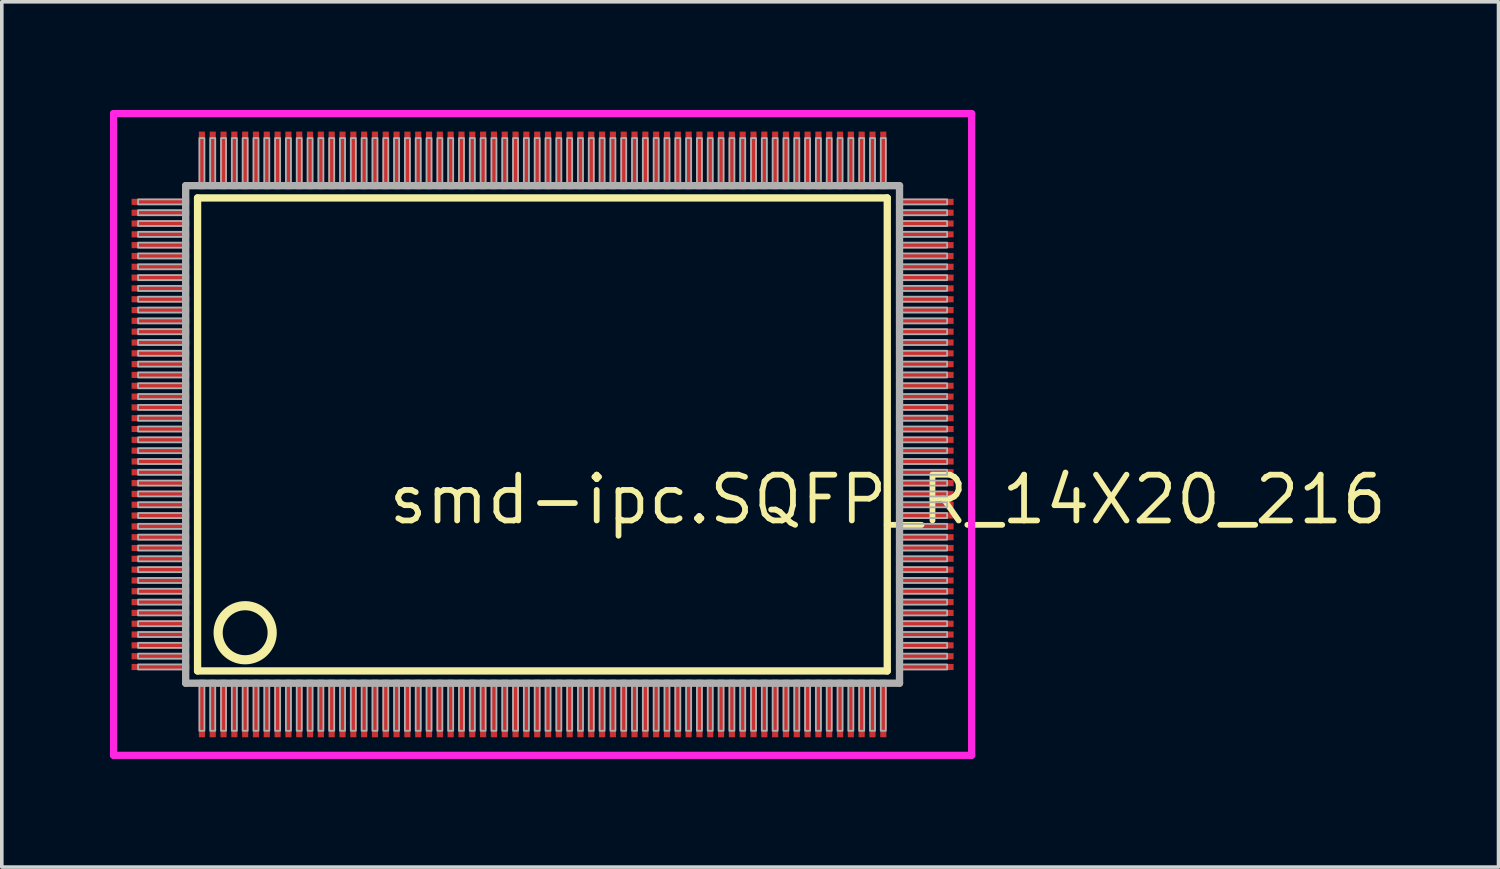
<source format=kicad_pcb>
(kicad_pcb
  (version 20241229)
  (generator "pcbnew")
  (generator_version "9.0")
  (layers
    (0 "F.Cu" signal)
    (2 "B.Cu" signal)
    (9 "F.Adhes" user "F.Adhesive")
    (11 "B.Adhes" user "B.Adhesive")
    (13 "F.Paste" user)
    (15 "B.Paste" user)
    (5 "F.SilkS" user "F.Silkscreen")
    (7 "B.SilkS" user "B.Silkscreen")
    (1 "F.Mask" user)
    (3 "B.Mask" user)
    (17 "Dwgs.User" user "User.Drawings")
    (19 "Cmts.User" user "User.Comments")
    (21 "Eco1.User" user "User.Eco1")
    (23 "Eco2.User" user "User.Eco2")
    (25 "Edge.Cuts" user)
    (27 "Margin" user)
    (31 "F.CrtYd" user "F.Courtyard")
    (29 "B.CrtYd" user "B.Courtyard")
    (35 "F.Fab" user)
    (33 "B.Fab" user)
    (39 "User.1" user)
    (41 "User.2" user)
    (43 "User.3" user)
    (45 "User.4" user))
  (footprint "smd-ipc.SQFP_R_14X20_216"
    (layer "F.Cu")
    (at 12 9)
    (property "Reference" "smd-ipc.SQFP_R_14X20_216" (at -4.35 2.55 0) (layer "F.SilkS") (effects (font (size 1.27 1.27) (thickness 0.16)) (justify left bottom)))
    (attr smd)
    (fp_line (start -9.57 -6.56) (end 9.56 -6.56) (stroke (width 0.203) (type default)) (layer "F.SilkS"))
    (fp_line (start -9.57 6.56) (end -9.57 -6.56) (stroke (width 0.203) (type default)) (layer "F.SilkS"))
    (fp_line (start 9.56 -6.56) (end 9.56 6.56) (stroke (width 0.203) (type default)) (layer "F.SilkS"))
    (fp_line (start 9.56 6.56) (end -9.57 6.56) (stroke (width 0.203) (type default)) (layer "F.SilkS"))
    (fp_circle (center -8.25 5.5) (end -7.5 5.5) (stroke (width 0.254) (type default)) (fill no) (layer "F.SilkS"))
    (fp_line (start -11.9 -8.9) (end 11.9 -8.9) (stroke (width 0.2) (type default)) (layer "F.CrtYd"))
    (fp_line (start -11.9 8.9) (end -11.9 -8.9) (stroke (width 0.2) (type default)) (layer "F.CrtYd"))
    (fp_line (start 11.9 -8.9) (end 11.9 8.9) (stroke (width 0.2) (type default)) (layer "F.CrtYd"))
    (fp_line (start 11.9 8.9) (end -11.9 8.9) (stroke (width 0.2) (type default)) (layer "F.CrtYd"))
    (fp_line (start -9.9 -6.9) (end -9.9 6.9) (stroke (width 0.203) (type default)) (layer "F.Fab"))
    (fp_line (start -9.9 6.9) (end 9.9 6.9) (stroke (width 0.203) (type default)) (layer "F.Fab"))
    (fp_line (start 9.9 -6.9) (end -9.9 -6.9) (stroke (width 0.203) (type default)) (layer "F.Fab"))
    (fp_line (start 9.9 6.9) (end 9.9 -6.9) (stroke (width 0.203) (type default)) (layer "F.Fab"))
    (fp_rect (start -11.22 -6.38) (end -9.95 -6.52) (stroke (width 0.05) (type default)) (fill no) (layer "F.Fab"))
    (fp_rect (start -11.22 -6.08) (end -9.95 -6.22) (stroke (width 0.05) (type default)) (fill no) (layer "F.Fab"))
    (fp_rect (start -11.22 -5.78) (end -9.95 -5.92) (stroke (width 0.05) (type default)) (fill no) (layer "F.Fab"))
    (fp_rect (start -11.22 -5.48) (end -9.95 -5.62) (stroke (width 0.05) (type default)) (fill no) (layer "F.Fab"))
    (fp_rect (start -11.22 -5.18) (end -9.95 -5.32) (stroke (width 0.05) (type default)) (fill no) (layer "F.Fab"))
    (fp_rect (start -11.22 -4.88) (end -9.95 -5.02) (stroke (width 0.05) (type default)) (fill no) (layer "F.Fab"))
    (fp_rect (start -11.22 -4.58) (end -9.95 -4.72) (stroke (width 0.05) (type default)) (fill no) (layer "F.Fab"))
    (fp_rect (start -11.22 -4.28) (end -9.95 -4.42) (stroke (width 0.05) (type default)) (fill no) (layer "F.Fab"))
    (fp_rect (start -11.22 -3.98) (end -9.95 -4.12) (stroke (width 0.05) (type default)) (fill no) (layer "F.Fab"))
    (fp_rect (start -11.22 -3.68) (end -9.95 -3.82) (stroke (width 0.05) (type default)) (fill no) (layer "F.Fab"))
    (fp_rect (start -11.22 -3.38) (end -9.95 -3.52) (stroke (width 0.05) (type default)) (fill no) (layer "F.Fab"))
    (fp_rect (start -11.22 -3.08) (end -9.95 -3.22) (stroke (width 0.05) (type default)) (fill no) (layer "F.Fab"))
    (fp_rect (start -11.22 -2.78) (end -9.95 -2.92) (stroke (width 0.05) (type default)) (fill no) (layer "F.Fab"))
    (fp_rect (start -11.22 -2.48) (end -9.95 -2.62) (stroke (width 0.05) (type default)) (fill no) (layer "F.Fab"))
    (fp_rect (start -11.22 -2.18) (end -9.95 -2.32) (stroke (width 0.05) (type default)) (fill no) (layer "F.Fab"))
    (fp_rect (start -11.22 -1.88) (end -9.95 -2.02) (stroke (width 0.05) (type default)) (fill no) (layer "F.Fab"))
    (fp_rect (start -11.22 -1.58) (end -9.95 -1.72) (stroke (width 0.05) (type default)) (fill no) (layer "F.Fab"))
    (fp_rect (start -11.22 -1.28) (end -9.95 -1.42) (stroke (width 0.05) (type default)) (fill no) (layer "F.Fab"))
    (fp_rect (start -11.22 -0.98) (end -9.95 -1.12) (stroke (width 0.05) (type default)) (fill no) (layer "F.Fab"))
    (fp_rect (start -11.22 -0.68) (end -9.95 -0.82) (stroke (width 0.05) (type default)) (fill no) (layer "F.Fab"))
    (fp_rect (start -11.22 -0.38) (end -9.95 -0.52) (stroke (width 0.05) (type default)) (fill no) (layer "F.Fab"))
    (fp_rect (start -11.22 -0.08) (end -9.95 -0.22) (stroke (width 0.05) (type default)) (fill no) (layer "F.Fab"))
    (fp_rect (start -11.22 0.22) (end -9.95 0.08) (stroke (width 0.05) (type default)) (fill no) (layer "F.Fab"))
    (fp_rect (start -11.22 0.52) (end -9.95 0.38) (stroke (width 0.05) (type default)) (fill no) (layer "F.Fab"))
    (fp_rect (start -11.22 0.82) (end -9.95 0.68) (stroke (width 0.05) (type default)) (fill no) (layer "F.Fab"))
    (fp_rect (start -11.22 1.12) (end -9.95 0.98) (stroke (width 0.05) (type default)) (fill no) (layer "F.Fab"))
    (fp_rect (start -11.22 1.42) (end -9.95 1.28) (stroke (width 0.05) (type default)) (fill no) (layer "F.Fab"))
    (fp_rect (start -11.22 1.72) (end -9.95 1.58) (stroke (width 0.05) (type default)) (fill no) (layer "F.Fab"))
    (fp_rect (start -11.22 2.02) (end -9.95 1.88) (stroke (width 0.05) (type default)) (fill no) (layer "F.Fab"))
    (fp_rect (start -11.22 2.32) (end -9.95 2.18) (stroke (width 0.05) (type default)) (fill no) (layer "F.Fab"))
    (fp_rect (start -11.22 2.62) (end -9.95 2.48) (stroke (width 0.05) (type default)) (fill no) (layer "F.Fab"))
    (fp_rect (start -11.22 2.92) (end -9.95 2.78) (stroke (width 0.05) (type default)) (fill no) (layer "F.Fab"))
    (fp_rect (start -11.22 3.22) (end -9.95 3.08) (stroke (width 0.05) (type default)) (fill no) (layer "F.Fab"))
    (fp_rect (start -11.22 3.52) (end -9.95 3.38) (stroke (width 0.05) (type default)) (fill no) (layer "F.Fab"))
    (fp_rect (start -11.22 3.82) (end -9.95 3.68) (stroke (width 0.05) (type default)) (fill no) (layer "F.Fab"))
    (fp_rect (start -11.22 4.12) (end -9.95 3.98) (stroke (width 0.05) (type default)) (fill no) (layer "F.Fab"))
    (fp_rect (start -11.22 4.42) (end -9.95 4.28) (stroke (width 0.05) (type default)) (fill no) (layer "F.Fab"))
    (fp_rect (start -11.22 4.72) (end -9.95 4.58) (stroke (width 0.05) (type default)) (fill no) (layer "F.Fab"))
    (fp_rect (start -11.22 5.02) (end -9.95 4.88) (stroke (width 0.05) (type default)) (fill no) (layer "F.Fab"))
    (fp_rect (start -11.22 5.32) (end -9.95 5.18) (stroke (width 0.05) (type default)) (fill no) (layer "F.Fab"))
    (fp_rect (start -11.22 5.62) (end -9.95 5.48) (stroke (width 0.05) (type default)) (fill no) (layer "F.Fab"))
    (fp_rect (start -11.22 5.92) (end -9.95 5.78) (stroke (width 0.05) (type default)) (fill no) (layer "F.Fab"))
    (fp_rect (start -11.22 6.22) (end -9.95 6.08) (stroke (width 0.05) (type default)) (fill no) (layer "F.Fab"))
    (fp_rect (start -11.22 6.52) (end -9.95 6.38) (stroke (width 0.05) (type default)) (fill no) (layer "F.Fab"))
    (fp_rect (start -9.52 -6.95) (end -9.38 -8.22) (stroke (width 0.05) (type default)) (fill no) (layer "F.Fab"))
    (fp_rect (start -9.52 8.22) (end -9.38 6.95) (stroke (width 0.05) (type default)) (fill no) (layer "F.Fab"))
    (fp_rect (start -9.22 -6.95) (end -9.08 -8.22) (stroke (width 0.05) (type default)) (fill no) (layer "F.Fab"))
    (fp_rect (start -9.22 8.22) (end -9.08 6.95) (stroke (width 0.05) (type default)) (fill no) (layer "F.Fab"))
    (fp_rect (start -8.92 -6.95) (end -8.78 -8.22) (stroke (width 0.05) (type default)) (fill no) (layer "F.Fab"))
    (fp_rect (start -8.92 8.22) (end -8.78 6.95) (stroke (width 0.05) (type default)) (fill no) (layer "F.Fab"))
    (fp_rect (start -8.62 -6.95) (end -8.48 -8.22) (stroke (width 0.05) (type default)) (fill no) (layer "F.Fab"))
    (fp_rect (start -8.62 8.22) (end -8.48 6.95) (stroke (width 0.05) (type default)) (fill no) (layer "F.Fab"))
    (fp_rect (start -8.32 -6.95) (end -8.18 -8.22) (stroke (width 0.05) (type default)) (fill no) (layer "F.Fab"))
    (fp_rect (start -8.32 8.22) (end -8.18 6.95) (stroke (width 0.05) (type default)) (fill no) (layer "F.Fab"))
    (fp_rect (start -8.02 -6.95) (end -7.88 -8.22) (stroke (width 0.05) (type default)) (fill no) (layer "F.Fab"))
    (fp_rect (start -8.02 8.22) (end -7.88 6.95) (stroke (width 0.05) (type default)) (fill no) (layer "F.Fab"))
    (fp_rect (start -7.72 -6.95) (end -7.58 -8.22) (stroke (width 0.05) (type default)) (fill no) (layer "F.Fab"))
    (fp_rect (start -7.72 8.22) (end -7.58 6.95) (stroke (width 0.05) (type default)) (fill no) (layer "F.Fab"))
    (fp_rect (start -7.42 -6.95) (end -7.28 -8.22) (stroke (width 0.05) (type default)) (fill no) (layer "F.Fab"))
    (fp_rect (start -7.42 8.22) (end -7.28 6.95) (stroke (width 0.05) (type default)) (fill no) (layer "F.Fab"))
    (fp_rect (start -7.12 -6.95) (end -6.98 -8.22) (stroke (width 0.05) (type default)) (fill no) (layer "F.Fab"))
    (fp_rect (start -7.12 8.22) (end -6.98 6.95) (stroke (width 0.05) (type default)) (fill no) (layer "F.Fab"))
    (fp_rect (start -6.82 -6.95) (end -6.68 -8.22) (stroke (width 0.05) (type default)) (fill no) (layer "F.Fab"))
    (fp_rect (start -6.82 8.22) (end -6.68 6.95) (stroke (width 0.05) (type default)) (fill no) (layer "F.Fab"))
    (fp_rect (start -6.52 -6.95) (end -6.38 -8.22) (stroke (width 0.05) (type default)) (fill no) (layer "F.Fab"))
    (fp_rect (start -6.52 8.22) (end -6.38 6.95) (stroke (width 0.05) (type default)) (fill no) (layer "F.Fab"))
    (fp_rect (start -6.22 -6.95) (end -6.08 -8.22) (stroke (width 0.05) (type default)) (fill no) (layer "F.Fab"))
    (fp_rect (start -6.22 8.22) (end -6.08 6.95) (stroke (width 0.05) (type default)) (fill no) (layer "F.Fab"))
    (fp_rect (start -5.92 -6.95) (end -5.78 -8.22) (stroke (width 0.05) (type default)) (fill no) (layer "F.Fab"))
    (fp_rect (start -5.92 8.22) (end -5.78 6.95) (stroke (width 0.05) (type default)) (fill no) (layer "F.Fab"))
    (fp_rect (start -5.62 -6.95) (end -5.48 -8.22) (stroke (width 0.05) (type default)) (fill no) (layer "F.Fab"))
    (fp_rect (start -5.62 8.22) (end -5.48 6.95) (stroke (width 0.05) (type default)) (fill no) (layer "F.Fab"))
    (fp_rect (start -5.32 -6.95) (end -5.18 -8.22) (stroke (width 0.05) (type default)) (fill no) (layer "F.Fab"))
    (fp_rect (start -5.32 8.22) (end -5.18 6.95) (stroke (width 0.05) (type default)) (fill no) (layer "F.Fab"))
    (fp_rect (start -5.02 -6.95) (end -4.88 -8.22) (stroke (width 0.05) (type default)) (fill no) (layer "F.Fab"))
    (fp_rect (start -5.02 8.22) (end -4.88 6.95) (stroke (width 0.05) (type default)) (fill no) (layer "F.Fab"))
    (fp_rect (start -4.72 -6.95) (end -4.58 -8.22) (stroke (width 0.05) (type default)) (fill no) (layer "F.Fab"))
    (fp_rect (start -4.72 8.22) (end -4.58 6.95) (stroke (width 0.05) (type default)) (fill no) (layer "F.Fab"))
    (fp_rect (start -4.42 -6.95) (end -4.28 -8.22) (stroke (width 0.05) (type default)) (fill no) (layer "F.Fab"))
    (fp_rect (start -4.42 8.22) (end -4.28 6.95) (stroke (width 0.05) (type default)) (fill no) (layer "F.Fab"))
    (fp_rect (start -4.12 -6.95) (end -3.98 -8.22) (stroke (width 0.05) (type default)) (fill no) (layer "F.Fab"))
    (fp_rect (start -4.12 8.22) (end -3.98 6.95) (stroke (width 0.05) (type default)) (fill no) (layer "F.Fab"))
    (fp_rect (start -3.82 -6.95) (end -3.68 -8.22) (stroke (width 0.05) (type default)) (fill no) (layer "F.Fab"))
    (fp_rect (start -3.82 8.22) (end -3.68 6.95) (stroke (width 0.05) (type default)) (fill no) (layer "F.Fab"))
    (fp_rect (start -3.52 -6.95) (end -3.38 -8.22) (stroke (width 0.05) (type default)) (fill no) (layer "F.Fab"))
    (fp_rect (start -3.52 8.22) (end -3.38 6.95) (stroke (width 0.05) (type default)) (fill no) (layer "F.Fab"))
    (fp_rect (start -3.22 -6.95) (end -3.08 -8.22) (stroke (width 0.05) (type default)) (fill no) (layer "F.Fab"))
    (fp_rect (start -3.22 8.22) (end -3.08 6.95) (stroke (width 0.05) (type default)) (fill no) (layer "F.Fab"))
    (fp_rect (start -2.92 -6.95) (end -2.78 -8.22) (stroke (width 0.05) (type default)) (fill no) (layer "F.Fab"))
    (fp_rect (start -2.92 8.22) (end -2.78 6.95) (stroke (width 0.05) (type default)) (fill no) (layer "F.Fab"))
    (fp_rect (start -2.62 -6.95) (end -2.48 -8.22) (stroke (width 0.05) (type default)) (fill no) (layer "F.Fab"))
    (fp_rect (start -2.62 8.22) (end -2.48 6.95) (stroke (width 0.05) (type default)) (fill no) (layer "F.Fab"))
    (fp_rect (start -2.32 -6.95) (end -2.18 -8.22) (stroke (width 0.05) (type default)) (fill no) (layer "F.Fab"))
    (fp_rect (start -2.32 8.22) (end -2.18 6.95) (stroke (width 0.05) (type default)) (fill no) (layer "F.Fab"))
    (fp_rect (start -2.02 -6.95) (end -1.88 -8.22) (stroke (width 0.05) (type default)) (fill no) (layer "F.Fab"))
    (fp_rect (start -2.02 8.22) (end -1.88 6.95) (stroke (width 0.05) (type default)) (fill no) (layer "F.Fab"))
    (fp_rect (start -1.72 -6.95) (end -1.58 -8.22) (stroke (width 0.05) (type default)) (fill no) (layer "F.Fab"))
    (fp_rect (start -1.72 8.22) (end -1.58 6.95) (stroke (width 0.05) (type default)) (fill no) (layer "F.Fab"))
    (fp_rect (start -1.42 -6.95) (end -1.28 -8.22) (stroke (width 0.05) (type default)) (fill no) (layer "F.Fab"))
    (fp_rect (start -1.42 8.22) (end -1.28 6.95) (stroke (width 0.05) (type default)) (fill no) (layer "F.Fab"))
    (fp_rect (start -1.12 -6.95) (end -0.98 -8.22) (stroke (width 0.05) (type default)) (fill no) (layer "F.Fab"))
    (fp_rect (start -1.12 8.22) (end -0.98 6.95) (stroke (width 0.05) (type default)) (fill no) (layer "F.Fab"))
    (fp_rect (start -0.82 -6.95) (end -0.68 -8.22) (stroke (width 0.05) (type default)) (fill no) (layer "F.Fab"))
    (fp_rect (start -0.82 8.22) (end -0.68 6.95) (stroke (width 0.05) (type default)) (fill no) (layer "F.Fab"))
    (fp_rect (start -0.52 -6.95) (end -0.38 -8.22) (stroke (width 0.05) (type default)) (fill no) (layer "F.Fab"))
    (fp_rect (start -0.52 8.22) (end -0.38 6.95) (stroke (width 0.05) (type default)) (fill no) (layer "F.Fab"))
    (fp_rect (start -0.22 -6.95) (end -0.08 -8.22) (stroke (width 0.05) (type default)) (fill no) (layer "F.Fab"))
    (fp_rect (start -0.22 8.22) (end -0.08 6.95) (stroke (width 0.05) (type default)) (fill no) (layer "F.Fab"))
    (fp_rect (start 0.08 -6.95) (end 0.22 -8.22) (stroke (width 0.05) (type default)) (fill no) (layer "F.Fab"))
    (fp_rect (start 0.08 8.22) (end 0.22 6.95) (stroke (width 0.05) (type default)) (fill no) (layer "F.Fab"))
    (fp_rect (start 0.38 -6.95) (end 0.52 -8.22) (stroke (width 0.05) (type default)) (fill no) (layer "F.Fab"))
    (fp_rect (start 0.38 8.22) (end 0.52 6.95) (stroke (width 0.05) (type default)) (fill no) (layer "F.Fab"))
    (fp_rect (start 0.68 -6.95) (end 0.82 -8.22) (stroke (width 0.05) (type default)) (fill no) (layer "F.Fab"))
    (fp_rect (start 0.68 8.22) (end 0.82 6.95) (stroke (width 0.05) (type default)) (fill no) (layer "F.Fab"))
    (fp_rect (start 0.98 -6.95) (end 1.12 -8.22) (stroke (width 0.05) (type default)) (fill no) (layer "F.Fab"))
    (fp_rect (start 0.98 8.22) (end 1.12 6.95) (stroke (width 0.05) (type default)) (fill no) (layer "F.Fab"))
    (fp_rect (start 1.28 -6.95) (end 1.42 -8.22) (stroke (width 0.05) (type default)) (fill no) (layer "F.Fab"))
    (fp_rect (start 1.28 8.22) (end 1.42 6.95) (stroke (width 0.05) (type default)) (fill no) (layer "F.Fab"))
    (fp_rect (start 1.58 -6.95) (end 1.72 -8.22) (stroke (width 0.05) (type default)) (fill no) (layer "F.Fab"))
    (fp_rect (start 1.58 8.22) (end 1.72 6.95) (stroke (width 0.05) (type default)) (fill no) (layer "F.Fab"))
    (fp_rect (start 1.88 -6.95) (end 2.02 -8.22) (stroke (width 0.05) (type default)) (fill no) (layer "F.Fab"))
    (fp_rect (start 1.88 8.22) (end 2.02 6.95) (stroke (width 0.05) (type default)) (fill no) (layer "F.Fab"))
    (fp_rect (start 2.18 -6.95) (end 2.32 -8.22) (stroke (width 0.05) (type default)) (fill no) (layer "F.Fab"))
    (fp_rect (start 2.18 8.22) (end 2.32 6.95) (stroke (width 0.05) (type default)) (fill no) (layer "F.Fab"))
    (fp_rect (start 2.48 -6.95) (end 2.62 -8.22) (stroke (width 0.05) (type default)) (fill no) (layer "F.Fab"))
    (fp_rect (start 2.48 8.22) (end 2.62 6.95) (stroke (width 0.05) (type default)) (fill no) (layer "F.Fab"))
    (fp_rect (start 2.78 -6.95) (end 2.92 -8.22) (stroke (width 0.05) (type default)) (fill no) (layer "F.Fab"))
    (fp_rect (start 2.78 8.22) (end 2.92 6.95) (stroke (width 0.05) (type default)) (fill no) (layer "F.Fab"))
    (fp_rect (start 3.08 -6.95) (end 3.22 -8.22) (stroke (width 0.05) (type default)) (fill no) (layer "F.Fab"))
    (fp_rect (start 3.08 8.22) (end 3.22 6.95) (stroke (width 0.05) (type default)) (fill no) (layer "F.Fab"))
    (fp_rect (start 3.38 -6.95) (end 3.52 -8.22) (stroke (width 0.05) (type default)) (fill no) (layer "F.Fab"))
    (fp_rect (start 3.38 8.22) (end 3.52 6.95) (stroke (width 0.05) (type default)) (fill no) (layer "F.Fab"))
    (fp_rect (start 3.68 -6.95) (end 3.82 -8.22) (stroke (width 0.05) (type default)) (fill no) (layer "F.Fab"))
    (fp_rect (start 3.68 8.22) (end 3.82 6.95) (stroke (width 0.05) (type default)) (fill no) (layer "F.Fab"))
    (fp_rect (start 3.98 -6.95) (end 4.12 -8.22) (stroke (width 0.05) (type default)) (fill no) (layer "F.Fab"))
    (fp_rect (start 3.98 8.22) (end 4.12 6.95) (stroke (width 0.05) (type default)) (fill no) (layer "F.Fab"))
    (fp_rect (start 4.28 -6.95) (end 4.42 -8.22) (stroke (width 0.05) (type default)) (fill no) (layer "F.Fab"))
    (fp_rect (start 4.28 8.22) (end 4.42 6.95) (stroke (width 0.05) (type default)) (fill no) (layer "F.Fab"))
    (fp_rect (start 4.58 -6.95) (end 4.72 -8.22) (stroke (width 0.05) (type default)) (fill no) (layer "F.Fab"))
    (fp_rect (start 4.58 8.22) (end 4.72 6.95) (stroke (width 0.05) (type default)) (fill no) (layer "F.Fab"))
    (fp_rect (start 4.88 -6.95) (end 5.02 -8.22) (stroke (width 0.05) (type default)) (fill no) (layer "F.Fab"))
    (fp_rect (start 4.88 8.22) (end 5.02 6.95) (stroke (width 0.05) (type default)) (fill no) (layer "F.Fab"))
    (fp_rect (start 5.18 -6.95) (end 5.32 -8.22) (stroke (width 0.05) (type default)) (fill no) (layer "F.Fab"))
    (fp_rect (start 5.18 8.22) (end 5.32 6.95) (stroke (width 0.05) (type default)) (fill no) (layer "F.Fab"))
    (fp_rect (start 5.48 -6.95) (end 5.62 -8.22) (stroke (width 0.05) (type default)) (fill no) (layer "F.Fab"))
    (fp_rect (start 5.48 8.22) (end 5.62 6.95) (stroke (width 0.05) (type default)) (fill no) (layer "F.Fab"))
    (fp_rect (start 5.78 -6.95) (end 5.92 -8.22) (stroke (width 0.05) (type default)) (fill no) (layer "F.Fab"))
    (fp_rect (start 5.78 8.22) (end 5.92 6.95) (stroke (width 0.05) (type default)) (fill no) (layer "F.Fab"))
    (fp_rect (start 6.08 -6.95) (end 6.22 -8.22) (stroke (width 0.05) (type default)) (fill no) (layer "F.Fab"))
    (fp_rect (start 6.08 8.22) (end 6.22 6.95) (stroke (width 0.05) (type default)) (fill no) (layer "F.Fab"))
    (fp_rect (start 6.38 -6.95) (end 6.52 -8.22) (stroke (width 0.05) (type default)) (fill no) (layer "F.Fab"))
    (fp_rect (start 6.38 8.22) (end 6.52 6.95) (stroke (width 0.05) (type default)) (fill no) (layer "F.Fab"))
    (fp_rect (start 6.68 -6.95) (end 6.82 -8.22) (stroke (width 0.05) (type default)) (fill no) (layer "F.Fab"))
    (fp_rect (start 6.68 8.22) (end 6.82 6.95) (stroke (width 0.05) (type default)) (fill no) (layer "F.Fab"))
    (fp_rect (start 6.98 -6.95) (end 7.12 -8.22) (stroke (width 0.05) (type default)) (fill no) (layer "F.Fab"))
    (fp_rect (start 6.98 8.22) (end 7.12 6.95) (stroke (width 0.05) (type default)) (fill no) (layer "F.Fab"))
    (fp_rect (start 7.28 -6.95) (end 7.42 -8.22) (stroke (width 0.05) (type default)) (fill no) (layer "F.Fab"))
    (fp_rect (start 7.28 8.22) (end 7.42 6.95) (stroke (width 0.05) (type default)) (fill no) (layer "F.Fab"))
    (fp_rect (start 7.58 -6.95) (end 7.72 -8.22) (stroke (width 0.05) (type default)) (fill no) (layer "F.Fab"))
    (fp_rect (start 7.58 8.22) (end 7.72 6.95) (stroke (width 0.05) (type default)) (fill no) (layer "F.Fab"))
    (fp_rect (start 7.88 -6.95) (end 8.02 -8.22) (stroke (width 0.05) (type default)) (fill no) (layer "F.Fab"))
    (fp_rect (start 7.88 8.22) (end 8.02 6.95) (stroke (width 0.05) (type default)) (fill no) (layer "F.Fab"))
    (fp_rect (start 8.18 -6.95) (end 8.32 -8.22) (stroke (width 0.05) (type default)) (fill no) (layer "F.Fab"))
    (fp_rect (start 8.18 8.22) (end 8.32 6.95) (stroke (width 0.05) (type default)) (fill no) (layer "F.Fab"))
    (fp_rect (start 8.48 -6.95) (end 8.62 -8.22) (stroke (width 0.05) (type default)) (fill no) (layer "F.Fab"))
    (fp_rect (start 8.48 8.22) (end 8.62 6.95) (stroke (width 0.05) (type default)) (fill no) (layer "F.Fab"))
    (fp_rect (start 8.78 -6.95) (end 8.92 -8.22) (stroke (width 0.05) (type default)) (fill no) (layer "F.Fab"))
    (fp_rect (start 8.78 8.22) (end 8.92 6.95) (stroke (width 0.05) (type default)) (fill no) (layer "F.Fab"))
    (fp_rect (start 9.08 -6.95) (end 9.22 -8.22) (stroke (width 0.05) (type default)) (fill no) (layer "F.Fab"))
    (fp_rect (start 9.08 8.22) (end 9.22 6.95) (stroke (width 0.05) (type default)) (fill no) (layer "F.Fab"))
    (fp_rect (start 9.38 -6.95) (end 9.52 -8.22) (stroke (width 0.05) (type default)) (fill no) (layer "F.Fab"))
    (fp_rect (start 9.38 8.22) (end 9.52 6.95) (stroke (width 0.05) (type default)) (fill no) (layer "F.Fab"))
    (fp_rect (start 9.95 -6.38) (end 11.22 -6.52) (stroke (width 0.05) (type default)) (fill no) (layer "F.Fab"))
    (fp_rect (start 9.95 -6.08) (end 11.22 -6.22) (stroke (width 0.05) (type default)) (fill no) (layer "F.Fab"))
    (fp_rect (start 9.95 -5.78) (end 11.22 -5.92) (stroke (width 0.05) (type default)) (fill no) (layer "F.Fab"))
    (fp_rect (start 9.95 -5.48) (end 11.22 -5.62) (stroke (width 0.05) (type default)) (fill no) (layer "F.Fab"))
    (fp_rect (start 9.95 -5.18) (end 11.22 -5.32) (stroke (width 0.05) (type default)) (fill no) (layer "F.Fab"))
    (fp_rect (start 9.95 -4.88) (end 11.22 -5.02) (stroke (width 0.05) (type default)) (fill no) (layer "F.Fab"))
    (fp_rect (start 9.95 -4.58) (end 11.22 -4.72) (stroke (width 0.05) (type default)) (fill no) (layer "F.Fab"))
    (fp_rect (start 9.95 -4.28) (end 11.22 -4.42) (stroke (width 0.05) (type default)) (fill no) (layer "F.Fab"))
    (fp_rect (start 9.95 -3.98) (end 11.22 -4.12) (stroke (width 0.05) (type default)) (fill no) (layer "F.Fab"))
    (fp_rect (start 9.95 -3.68) (end 11.22 -3.82) (stroke (width 0.05) (type default)) (fill no) (layer "F.Fab"))
    (fp_rect (start 9.95 -3.38) (end 11.22 -3.52) (stroke (width 0.05) (type default)) (fill no) (layer "F.Fab"))
    (fp_rect (start 9.95 -3.08) (end 11.22 -3.22) (stroke (width 0.05) (type default)) (fill no) (layer "F.Fab"))
    (fp_rect (start 9.95 -2.78) (end 11.22 -2.92) (stroke (width 0.05) (type default)) (fill no) (layer "F.Fab"))
    (fp_rect (start 9.95 -2.48) (end 11.22 -2.62) (stroke (width 0.05) (type default)) (fill no) (layer "F.Fab"))
    (fp_rect (start 9.95 -2.18) (end 11.22 -2.32) (stroke (width 0.05) (type default)) (fill no) (layer "F.Fab"))
    (fp_rect (start 9.95 -1.88) (end 11.22 -2.02) (stroke (width 0.05) (type default)) (fill no) (layer "F.Fab"))
    (fp_rect (start 9.95 -1.58) (end 11.22 -1.72) (stroke (width 0.05) (type default)) (fill no) (layer "F.Fab"))
    (fp_rect (start 9.95 -1.28) (end 11.22 -1.42) (stroke (width 0.05) (type default)) (fill no) (layer "F.Fab"))
    (fp_rect (start 9.95 -0.98) (end 11.22 -1.12) (stroke (width 0.05) (type default)) (fill no) (layer "F.Fab"))
    (fp_rect (start 9.95 -0.68) (end 11.22 -0.82) (stroke (width 0.05) (type default)) (fill no) (layer "F.Fab"))
    (fp_rect (start 9.95 -0.38) (end 11.22 -0.52) (stroke (width 0.05) (type default)) (fill no) (layer "F.Fab"))
    (fp_rect (start 9.95 -0.08) (end 11.22 -0.22) (stroke (width 0.05) (type default)) (fill no) (layer "F.Fab"))
    (fp_rect (start 9.95 0.22) (end 11.22 0.08) (stroke (width 0.05) (type default)) (fill no) (layer "F.Fab"))
    (fp_rect (start 9.95 0.52) (end 11.22 0.38) (stroke (width 0.05) (type default)) (fill no) (layer "F.Fab"))
    (fp_rect (start 9.95 0.82) (end 11.22 0.68) (stroke (width 0.05) (type default)) (fill no) (layer "F.Fab"))
    (fp_rect (start 9.95 1.12) (end 11.22 0.98) (stroke (width 0.05) (type default)) (fill no) (layer "F.Fab"))
    (fp_rect (start 9.95 1.42) (end 11.22 1.28) (stroke (width 0.05) (type default)) (fill no) (layer "F.Fab"))
    (fp_rect (start 9.95 1.72) (end 11.22 1.58) (stroke (width 0.05) (type default)) (fill no) (layer "F.Fab"))
    (fp_rect (start 9.95 2.02) (end 11.22 1.88) (stroke (width 0.05) (type default)) (fill no) (layer "F.Fab"))
    (fp_rect (start 9.95 2.32) (end 11.22 2.18) (stroke (width 0.05) (type default)) (fill no) (layer "F.Fab"))
    (fp_rect (start 9.95 2.62) (end 11.22 2.48) (stroke (width 0.05) (type default)) (fill no) (layer "F.Fab"))
    (fp_rect (start 9.95 2.92) (end 11.22 2.78) (stroke (width 0.05) (type default)) (fill no) (layer "F.Fab"))
    (fp_rect (start 9.95 3.22) (end 11.22 3.08) (stroke (width 0.05) (type default)) (fill no) (layer "F.Fab"))
    (fp_rect (start 9.95 3.52) (end 11.22 3.38) (stroke (width 0.05) (type default)) (fill no) (layer "F.Fab"))
    (fp_rect (start 9.95 3.82) (end 11.22 3.68) (stroke (width 0.05) (type default)) (fill no) (layer "F.Fab"))
    (fp_rect (start 9.95 4.12) (end 11.22 3.98) (stroke (width 0.05) (type default)) (fill no) (layer "F.Fab"))
    (fp_rect (start 9.95 4.42) (end 11.22 4.28) (stroke (width 0.05) (type default)) (fill no) (layer "F.Fab"))
    (fp_rect (start 9.95 4.72) (end 11.22 4.58) (stroke (width 0.05) (type default)) (fill no) (layer "F.Fab"))
    (fp_rect (start 9.95 5.02) (end 11.22 4.88) (stroke (width 0.05) (type default)) (fill no) (layer "F.Fab"))
    (fp_rect (start 9.95 5.32) (end 11.22 5.18) (stroke (width 0.05) (type default)) (fill no) (layer "F.Fab"))
    (fp_rect (start 9.95 5.62) (end 11.22 5.48) (stroke (width 0.05) (type default)) (fill no) (layer "F.Fab"))
    (fp_rect (start 9.95 5.92) (end 11.22 5.78) (stroke (width 0.05) (type default)) (fill no) (layer "F.Fab"))
    (fp_rect (start 9.95 6.22) (end 11.22 6.08) (stroke (width 0.05) (type default)) (fill no) (layer "F.Fab"))
    (fp_rect (start 9.95 6.52) (end 11.22 6.38) (stroke (width 0.05) (type default)) (fill no) (layer "F.Fab"))
    (pad "1" smd roundrect (at -9.45 7.6) (size 0.17 1.6) (layers "F.Cu" "F.Mask" "F.Paste") (roundrect_rratio 0.01))
    (pad "2" smd roundrect (at -9.15 7.6) (size 0.17 1.6) (layers "F.Cu" "F.Mask" "F.Paste") (roundrect_rratio 0.01))
    (pad "3" smd roundrect (at -8.85 7.6) (size 0.17 1.6) (layers "F.Cu" "F.Mask" "F.Paste") (roundrect_rratio 0.01))
    (pad "4" smd roundrect (at -8.55 7.6) (size 0.17 1.6) (layers "F.Cu" "F.Mask" "F.Paste") (roundrect_rratio 0.01))
    (pad "5" smd roundrect (at -8.25 7.6) (size 0.17 1.6) (layers "F.Cu" "F.Mask" "F.Paste") (roundrect_rratio 0.01))
    (pad "6" smd roundrect (at -7.95 7.6) (size 0.17 1.6) (layers "F.Cu" "F.Mask" "F.Paste") (roundrect_rratio 0.01))
    (pad "7" smd roundrect (at -7.65 7.6) (size 0.17 1.6) (layers "F.Cu" "F.Mask" "F.Paste") (roundrect_rratio 0.01))
    (pad "8" smd roundrect (at -7.35 7.6) (size 0.17 1.6) (layers "F.Cu" "F.Mask" "F.Paste") (roundrect_rratio 0.01))
    (pad "9" smd roundrect (at -7.05 7.6) (size 0.17 1.6) (layers "F.Cu" "F.Mask" "F.Paste") (roundrect_rratio 0.01))
    (pad "10" smd roundrect (at -6.75 7.6) (size 0.17 1.6) (layers "F.Cu" "F.Mask" "F.Paste") (roundrect_rratio 0.01))
    (pad "11" smd roundrect (at -6.45 7.6) (size 0.17 1.6) (layers "F.Cu" "F.Mask" "F.Paste") (roundrect_rratio 0.01))
    (pad "12" smd roundrect (at -6.15 7.6) (size 0.17 1.6) (layers "F.Cu" "F.Mask" "F.Paste") (roundrect_rratio 0.01))
    (pad "13" smd roundrect (at -5.85 7.6) (size 0.17 1.6) (layers "F.Cu" "F.Mask" "F.Paste") (roundrect_rratio 0.01))
    (pad "14" smd roundrect (at -5.55 7.6) (size 0.17 1.6) (layers "F.Cu" "F.Mask" "F.Paste") (roundrect_rratio 0.01))
    (pad "15" smd roundrect (at -5.25 7.6) (size 0.17 1.6) (layers "F.Cu" "F.Mask" "F.Paste") (roundrect_rratio 0.01))
    (pad "16" smd roundrect (at -4.95 7.6) (size 0.17 1.6) (layers "F.Cu" "F.Mask" "F.Paste") (roundrect_rratio 0.01))
    (pad "17" smd roundrect (at -4.65 7.6) (size 0.17 1.6) (layers "F.Cu" "F.Mask" "F.Paste") (roundrect_rratio 0.01))
    (pad "18" smd roundrect (at -4.35 7.6) (size 0.17 1.6) (layers "F.Cu" "F.Mask" "F.Paste") (roundrect_rratio 0.01))
    (pad "19" smd roundrect (at -4.05 7.6) (size 0.17 1.6) (layers "F.Cu" "F.Mask" "F.Paste") (roundrect_rratio 0.01))
    (pad "20" smd roundrect (at -3.75 7.6) (size 0.17 1.6) (layers "F.Cu" "F.Mask" "F.Paste") (roundrect_rratio 0.01))
    (pad "21" smd roundrect (at -3.45 7.6) (size 0.17 1.6) (layers "F.Cu" "F.Mask" "F.Paste") (roundrect_rratio 0.01))
    (pad "22" smd roundrect (at -3.15 7.6) (size 0.17 1.6) (layers "F.Cu" "F.Mask" "F.Paste") (roundrect_rratio 0.01))
    (pad "23" smd roundrect (at -2.85 7.6) (size 0.17 1.6) (layers "F.Cu" "F.Mask" "F.Paste") (roundrect_rratio 0.01))
    (pad "24" smd roundrect (at -2.55 7.6) (size 0.17 1.6) (layers "F.Cu" "F.Mask" "F.Paste") (roundrect_rratio 0.01))
    (pad "25" smd roundrect (at -2.25 7.6) (size 0.17 1.6) (layers "F.Cu" "F.Mask" "F.Paste") (roundrect_rratio 0.01))
    (pad "26" smd roundrect (at -1.95 7.6) (size 0.17 1.6) (layers "F.Cu" "F.Mask" "F.Paste") (roundrect_rratio 0.01))
    (pad "27" smd roundrect (at -1.65 7.6) (size 0.17 1.6) (layers "F.Cu" "F.Mask" "F.Paste") (roundrect_rratio 0.01))
    (pad "28" smd roundrect (at -1.35 7.6) (size 0.17 1.6) (layers "F.Cu" "F.Mask" "F.Paste") (roundrect_rratio 0.01))
    (pad "29" smd roundrect (at -1.05 7.6) (size 0.17 1.6) (layers "F.Cu" "F.Mask" "F.Paste") (roundrect_rratio 0.01))
    (pad "30" smd roundrect (at -0.75 7.6) (size 0.17 1.6) (layers "F.Cu" "F.Mask" "F.Paste") (roundrect_rratio 0.01))
    (pad "31" smd roundrect (at -0.45 7.6) (size 0.17 1.6) (layers "F.Cu" "F.Mask" "F.Paste") (roundrect_rratio 0.01))
    (pad "32" smd roundrect (at -0.15 7.6) (size 0.17 1.6) (layers "F.Cu" "F.Mask" "F.Paste") (roundrect_rratio 0.01))
    (pad "33" smd roundrect (at 0.15 7.6) (size 0.17 1.6) (layers "F.Cu" "F.Mask" "F.Paste") (roundrect_rratio 0.01))
    (pad "34" smd roundrect (at 0.45 7.6) (size 0.17 1.6) (layers "F.Cu" "F.Mask" "F.Paste") (roundrect_rratio 0.01))
    (pad "35" smd roundrect (at 0.75 7.6) (size 0.17 1.6) (layers "F.Cu" "F.Mask" "F.Paste") (roundrect_rratio 0.01))
    (pad "36" smd roundrect (at 1.05 7.6) (size 0.17 1.6) (layers "F.Cu" "F.Mask" "F.Paste") (roundrect_rratio 0.01))
    (pad "37" smd roundrect (at 1.35 7.6) (size 0.17 1.6) (layers "F.Cu" "F.Mask" "F.Paste") (roundrect_rratio 0.01))
    (pad "38" smd roundrect (at 1.65 7.6) (size 0.17 1.6) (layers "F.Cu" "F.Mask" "F.Paste") (roundrect_rratio 0.01))
    (pad "39" smd roundrect (at 1.95 7.6) (size 0.17 1.6) (layers "F.Cu" "F.Mask" "F.Paste") (roundrect_rratio 0.01))
    (pad "40" smd roundrect (at 2.25 7.6) (size 0.17 1.6) (layers "F.Cu" "F.Mask" "F.Paste") (roundrect_rratio 0.01))
    (pad "41" smd roundrect (at 2.55 7.6) (size 0.17 1.6) (layers "F.Cu" "F.Mask" "F.Paste") (roundrect_rratio 0.01))
    (pad "42" smd roundrect (at 2.85 7.6) (size 0.17 1.6) (layers "F.Cu" "F.Mask" "F.Paste") (roundrect_rratio 0.01))
    (pad "43" smd roundrect (at 3.15 7.6) (size 0.17 1.6) (layers "F.Cu" "F.Mask" "F.Paste") (roundrect_rratio 0.01))
    (pad "44" smd roundrect (at 3.45 7.6) (size 0.17 1.6) (layers "F.Cu" "F.Mask" "F.Paste") (roundrect_rratio 0.01))
    (pad "45" smd roundrect (at 3.75 7.6) (size 0.17 1.6) (layers "F.Cu" "F.Mask" "F.Paste") (roundrect_rratio 0.01))
    (pad "46" smd roundrect (at 4.05 7.6) (size 0.17 1.6) (layers "F.Cu" "F.Mask" "F.Paste") (roundrect_rratio 0.01))
    (pad "47" smd roundrect (at 4.35 7.6) (size 0.17 1.6) (layers "F.Cu" "F.Mask" "F.Paste") (roundrect_rratio 0.01))
    (pad "48" smd roundrect (at 4.65 7.6) (size 0.17 1.6) (layers "F.Cu" "F.Mask" "F.Paste") (roundrect_rratio 0.01))
    (pad "49" smd roundrect (at 4.95 7.6) (size 0.17 1.6) (layers "F.Cu" "F.Mask" "F.Paste") (roundrect_rratio 0.01))
    (pad "50" smd roundrect (at 5.25 7.6) (size 0.17 1.6) (layers "F.Cu" "F.Mask" "F.Paste") (roundrect_rratio 0.01))
    (pad "51" smd roundrect (at 5.55 7.6) (size 0.17 1.6) (layers "F.Cu" "F.Mask" "F.Paste") (roundrect_rratio 0.01))
    (pad "52" smd roundrect (at 5.85 7.6) (size 0.17 1.6) (layers "F.Cu" "F.Mask" "F.Paste") (roundrect_rratio 0.01))
    (pad "53" smd roundrect (at 6.15 7.6) (size 0.17 1.6) (layers "F.Cu" "F.Mask" "F.Paste") (roundrect_rratio 0.01))
    (pad "54" smd roundrect (at 6.45 7.6) (size 0.17 1.6) (layers "F.Cu" "F.Mask" "F.Paste") (roundrect_rratio 0.01))
    (pad "55" smd roundrect (at 6.75 7.6) (size 0.17 1.6) (layers "F.Cu" "F.Mask" "F.Paste") (roundrect_rratio 0.01))
    (pad "56" smd roundrect (at 7.05 7.6) (size 0.17 1.6) (layers "F.Cu" "F.Mask" "F.Paste") (roundrect_rratio 0.01))
    (pad "57" smd roundrect (at 7.35 7.6) (size 0.17 1.6) (layers "F.Cu" "F.Mask" "F.Paste") (roundrect_rratio 0.01))
    (pad "58" smd roundrect (at 7.65 7.6) (size 0.17 1.6) (layers "F.Cu" "F.Mask" "F.Paste") (roundrect_rratio 0.01))
    (pad "59" smd roundrect (at 7.95 7.6) (size 0.17 1.6) (layers "F.Cu" "F.Mask" "F.Paste") (roundrect_rratio 0.01))
    (pad "60" smd roundrect (at 8.25 7.6) (size 0.17 1.6) (layers "F.Cu" "F.Mask" "F.Paste") (roundrect_rratio 0.01))
    (pad "61" smd roundrect (at 8.55 7.6) (size 0.17 1.6) (layers "F.Cu" "F.Mask" "F.Paste") (roundrect_rratio 0.01))
    (pad "62" smd roundrect (at 8.85 7.6) (size 0.17 1.6) (layers "F.Cu" "F.Mask" "F.Paste") (roundrect_rratio 0.01))
    (pad "63" smd roundrect (at 9.15 7.6) (size 0.17 1.6) (layers "F.Cu" "F.Mask" "F.Paste") (roundrect_rratio 0.01))
    (pad "64" smd roundrect (at 9.45 7.6) (size 0.17 1.6) (layers "F.Cu" "F.Mask" "F.Paste") (roundrect_rratio 0.01))
    (pad "65" smd roundrect (at 10.6 6.45) (size 1.6 0.17) (layers "F.Cu" "F.Mask" "F.Paste") (roundrect_rratio 0.01))
    (pad "66" smd roundrect (at 10.6 6.15) (size 1.6 0.17) (layers "F.Cu" "F.Mask" "F.Paste") (roundrect_rratio 0.01))
    (pad "67" smd roundrect (at 10.6 5.85) (size 1.6 0.17) (layers "F.Cu" "F.Mask" "F.Paste") (roundrect_rratio 0.01))
    (pad "68" smd roundrect (at 10.6 5.55) (size 1.6 0.17) (layers "F.Cu" "F.Mask" "F.Paste") (roundrect_rratio 0.01))
    (pad "69" smd roundrect (at 10.6 5.25) (size 1.6 0.17) (layers "F.Cu" "F.Mask" "F.Paste") (roundrect_rratio 0.01))
    (pad "70" smd roundrect (at 10.6 4.95) (size 1.6 0.17) (layers "F.Cu" "F.Mask" "F.Paste") (roundrect_rratio 0.01))
    (pad "71" smd roundrect (at 10.6 4.65) (size 1.6 0.17) (layers "F.Cu" "F.Mask" "F.Paste") (roundrect_rratio 0.01))
    (pad "72" smd roundrect (at 10.6 4.35) (size 1.6 0.17) (layers "F.Cu" "F.Mask" "F.Paste") (roundrect_rratio 0.01))
    (pad "73" smd roundrect (at 10.6 4.05) (size 1.6 0.17) (layers "F.Cu" "F.Mask" "F.Paste") (roundrect_rratio 0.01))
    (pad "74" smd roundrect (at 10.6 3.75) (size 1.6 0.17) (layers "F.Cu" "F.Mask" "F.Paste") (roundrect_rratio 0.01))
    (pad "75" smd roundrect (at 10.6 3.45) (size 1.6 0.17) (layers "F.Cu" "F.Mask" "F.Paste") (roundrect_rratio 0.01))
    (pad "76" smd roundrect (at 10.6 3.15) (size 1.6 0.17) (layers "F.Cu" "F.Mask" "F.Paste") (roundrect_rratio 0.01))
    (pad "77" smd roundrect (at 10.6 2.85) (size 1.6 0.17) (layers "F.Cu" "F.Mask" "F.Paste") (roundrect_rratio 0.01))
    (pad "78" smd roundrect (at 10.6 2.55) (size 1.6 0.17) (layers "F.Cu" "F.Mask" "F.Paste") (roundrect_rratio 0.01))
    (pad "79" smd roundrect (at 10.6 2.25) (size 1.6 0.17) (layers "F.Cu" "F.Mask" "F.Paste") (roundrect_rratio 0.01))
    (pad "80" smd roundrect (at 10.6 1.95) (size 1.6 0.17) (layers "F.Cu" "F.Mask" "F.Paste") (roundrect_rratio 0.01))
    (pad "81" smd roundrect (at 10.6 1.65) (size 1.6 0.17) (layers "F.Cu" "F.Mask" "F.Paste") (roundrect_rratio 0.01))
    (pad "82" smd roundrect (at 10.6 1.35) (size 1.6 0.17) (layers "F.Cu" "F.Mask" "F.Paste") (roundrect_rratio 0.01))
    (pad "83" smd roundrect (at 10.6 1.05) (size 1.6 0.17) (layers "F.Cu" "F.Mask" "F.Paste") (roundrect_rratio 0.01))
    (pad "84" smd roundrect (at 10.6 0.75) (size 1.6 0.17) (layers "F.Cu" "F.Mask" "F.Paste") (roundrect_rratio 0.01))
    (pad "85" smd roundrect (at 10.6 0.45) (size 1.6 0.17) (layers "F.Cu" "F.Mask" "F.Paste") (roundrect_rratio 0.01))
    (pad "86" smd roundrect (at 10.6 0.15) (size 1.6 0.17) (layers "F.Cu" "F.Mask" "F.Paste") (roundrect_rratio 0.01))
    (pad "87" smd roundrect (at 10.6 -0.15) (size 1.6 0.17) (layers "F.Cu" "F.Mask" "F.Paste") (roundrect_rratio 0.01))
    (pad "88" smd roundrect (at 10.6 -0.45) (size 1.6 0.17) (layers "F.Cu" "F.Mask" "F.Paste") (roundrect_rratio 0.01))
    (pad "89" smd roundrect (at 10.6 -0.75) (size 1.6 0.17) (layers "F.Cu" "F.Mask" "F.Paste") (roundrect_rratio 0.01))
    (pad "90" smd roundrect (at 10.6 -1.05) (size 1.6 0.17) (layers "F.Cu" "F.Mask" "F.Paste") (roundrect_rratio 0.01))
    (pad "91" smd roundrect (at 10.6 -1.35) (size 1.6 0.17) (layers "F.Cu" "F.Mask" "F.Paste") (roundrect_rratio 0.01))
    (pad "92" smd roundrect (at 10.6 -1.65) (size 1.6 0.17) (layers "F.Cu" "F.Mask" "F.Paste") (roundrect_rratio 0.01))
    (pad "93" smd roundrect (at 10.6 -1.95) (size 1.6 0.17) (layers "F.Cu" "F.Mask" "F.Paste") (roundrect_rratio 0.01))
    (pad "94" smd roundrect (at 10.6 -2.25) (size 1.6 0.17) (layers "F.Cu" "F.Mask" "F.Paste") (roundrect_rratio 0.01))
    (pad "95" smd roundrect (at 10.6 -2.55) (size 1.6 0.17) (layers "F.Cu" "F.Mask" "F.Paste") (roundrect_rratio 0.01))
    (pad "96" smd roundrect (at 10.6 -2.85) (size 1.6 0.17) (layers "F.Cu" "F.Mask" "F.Paste") (roundrect_rratio 0.01))
    (pad "97" smd roundrect (at 10.6 -3.15) (size 1.6 0.17) (layers "F.Cu" "F.Mask" "F.Paste") (roundrect_rratio 0.01))
    (pad "98" smd roundrect (at 10.6 -3.45) (size 1.6 0.17) (layers "F.Cu" "F.Mask" "F.Paste") (roundrect_rratio 0.01))
    (pad "99" smd roundrect (at 10.6 -3.75) (size 1.6 0.17) (layers "F.Cu" "F.Mask" "F.Paste") (roundrect_rratio 0.01))
    (pad "100" smd roundrect (at 10.6 -4.05) (size 1.6 0.17) (layers "F.Cu" "F.Mask" "F.Paste") (roundrect_rratio 0.01))
    (pad "101" smd roundrect (at 10.6 -4.35) (size 1.6 0.17) (layers "F.Cu" "F.Mask" "F.Paste") (roundrect_rratio 0.01))
    (pad "102" smd roundrect (at 10.6 -4.65) (size 1.6 0.17) (layers "F.Cu" "F.Mask" "F.Paste") (roundrect_rratio 0.01))
    (pad "103" smd roundrect (at 10.6 -4.95) (size 1.6 0.17) (layers "F.Cu" "F.Mask" "F.Paste") (roundrect_rratio 0.01))
    (pad "104" smd roundrect (at 10.6 -5.25) (size 1.6 0.17) (layers "F.Cu" "F.Mask" "F.Paste") (roundrect_rratio 0.01))
    (pad "105" smd roundrect (at 10.6 -5.55) (size 1.6 0.17) (layers "F.Cu" "F.Mask" "F.Paste") (roundrect_rratio 0.01))
    (pad "106" smd roundrect (at 10.6 -5.85) (size 1.6 0.17) (layers "F.Cu" "F.Mask" "F.Paste") (roundrect_rratio 0.01))
    (pad "107" smd roundrect (at 10.6 -6.15) (size 1.6 0.17) (layers "F.Cu" "F.Mask" "F.Paste") (roundrect_rratio 0.01))
    (pad "108" smd roundrect (at 10.6 -6.45) (size 1.6 0.17) (layers "F.Cu" "F.Mask" "F.Paste") (roundrect_rratio 0.01))
    (pad "109" smd roundrect (at 9.45 -7.6) (size 0.17 1.6) (layers "F.Cu" "F.Mask" "F.Paste") (roundrect_rratio 0.01))
    (pad "110" smd roundrect (at 9.15 -7.6) (size 0.17 1.6) (layers "F.Cu" "F.Mask" "F.Paste") (roundrect_rratio 0.01))
    (pad "111" smd roundrect (at 8.85 -7.6) (size 0.17 1.6) (layers "F.Cu" "F.Mask" "F.Paste") (roundrect_rratio 0.01))
    (pad "112" smd roundrect (at 8.55 -7.6) (size 0.17 1.6) (layers "F.Cu" "F.Mask" "F.Paste") (roundrect_rratio 0.01))
    (pad "113" smd roundrect (at 8.25 -7.6) (size 0.17 1.6) (layers "F.Cu" "F.Mask" "F.Paste") (roundrect_rratio 0.01))
    (pad "114" smd roundrect (at 7.95 -7.6) (size 0.17 1.6) (layers "F.Cu" "F.Mask" "F.Paste") (roundrect_rratio 0.01))
    (pad "115" smd roundrect (at 7.65 -7.6) (size 0.17 1.6) (layers "F.Cu" "F.Mask" "F.Paste") (roundrect_rratio 0.01))
    (pad "116" smd roundrect (at 7.35 -7.6) (size 0.17 1.6) (layers "F.Cu" "F.Mask" "F.Paste") (roundrect_rratio 0.01))
    (pad "117" smd roundrect (at 7.05 -7.6) (size 0.17 1.6) (layers "F.Cu" "F.Mask" "F.Paste") (roundrect_rratio 0.01))
    (pad "118" smd roundrect (at 6.75 -7.6) (size 0.17 1.6) (layers "F.Cu" "F.Mask" "F.Paste") (roundrect_rratio 0.01))
    (pad "119" smd roundrect (at 6.45 -7.6) (size 0.17 1.6) (layers "F.Cu" "F.Mask" "F.Paste") (roundrect_rratio 0.01))
    (pad "120" smd roundrect (at 6.15 -7.6) (size 0.17 1.6) (layers "F.Cu" "F.Mask" "F.Paste") (roundrect_rratio 0.01))
    (pad "121" smd roundrect (at 5.85 -7.6) (size 0.17 1.6) (layers "F.Cu" "F.Mask" "F.Paste") (roundrect_rratio 0.01))
    (pad "122" smd roundrect (at 5.55 -7.6) (size 0.17 1.6) (layers "F.Cu" "F.Mask" "F.Paste") (roundrect_rratio 0.01))
    (pad "123" smd roundrect (at 5.25 -7.6) (size 0.17 1.6) (layers "F.Cu" "F.Mask" "F.Paste") (roundrect_rratio 0.01))
    (pad "124" smd roundrect (at 4.95 -7.6) (size 0.17 1.6) (layers "F.Cu" "F.Mask" "F.Paste") (roundrect_rratio 0.01))
    (pad "125" smd roundrect (at 4.65 -7.6) (size 0.17 1.6) (layers "F.Cu" "F.Mask" "F.Paste") (roundrect_rratio 0.01))
    (pad "126" smd roundrect (at 4.35 -7.6) (size 0.17 1.6) (layers "F.Cu" "F.Mask" "F.Paste") (roundrect_rratio 0.01))
    (pad "127" smd roundrect (at 4.05 -7.6) (size 0.17 1.6) (layers "F.Cu" "F.Mask" "F.Paste") (roundrect_rratio 0.01))
    (pad "128" smd roundrect (at 3.75 -7.6) (size 0.17 1.6) (layers "F.Cu" "F.Mask" "F.Paste") (roundrect_rratio 0.01))
    (pad "129" smd roundrect (at 3.45 -7.6) (size 0.17 1.6) (layers "F.Cu" "F.Mask" "F.Paste") (roundrect_rratio 0.01))
    (pad "130" smd roundrect (at 3.15 -7.6) (size 0.17 1.6) (layers "F.Cu" "F.Mask" "F.Paste") (roundrect_rratio 0.01))
    (pad "131" smd roundrect (at 2.85 -7.6) (size 0.17 1.6) (layers "F.Cu" "F.Mask" "F.Paste") (roundrect_rratio 0.01))
    (pad "132" smd roundrect (at 2.55 -7.6) (size 0.17 1.6) (layers "F.Cu" "F.Mask" "F.Paste") (roundrect_rratio 0.01))
    (pad "133" smd roundrect (at 2.25 -7.6) (size 0.17 1.6) (layers "F.Cu" "F.Mask" "F.Paste") (roundrect_rratio 0.01))
    (pad "134" smd roundrect (at 1.95 -7.6) (size 0.17 1.6) (layers "F.Cu" "F.Mask" "F.Paste") (roundrect_rratio 0.01))
    (pad "135" smd roundrect (at 1.65 -7.6) (size 0.17 1.6) (layers "F.Cu" "F.Mask" "F.Paste") (roundrect_rratio 0.01))
    (pad "136" smd roundrect (at 1.35 -7.6) (size 0.17 1.6) (layers "F.Cu" "F.Mask" "F.Paste") (roundrect_rratio 0.01))
    (pad "137" smd roundrect (at 1.05 -7.6) (size 0.17 1.6) (layers "F.Cu" "F.Mask" "F.Paste") (roundrect_rratio 0.01))
    (pad "138" smd roundrect (at 0.75 -7.6) (size 0.17 1.6) (layers "F.Cu" "F.Mask" "F.Paste") (roundrect_rratio 0.01))
    (pad "139" smd roundrect (at 0.45 -7.6) (size 0.17 1.6) (layers "F.Cu" "F.Mask" "F.Paste") (roundrect_rratio 0.01))
    (pad "140" smd roundrect (at 0.15 -7.6) (size 0.17 1.6) (layers "F.Cu" "F.Mask" "F.Paste") (roundrect_rratio 0.01))
    (pad "141" smd roundrect (at -0.15 -7.6) (size 0.17 1.6) (layers "F.Cu" "F.Mask" "F.Paste") (roundrect_rratio 0.01))
    (pad "142" smd roundrect (at -0.45 -7.6) (size 0.17 1.6) (layers "F.Cu" "F.Mask" "F.Paste") (roundrect_rratio 0.01))
    (pad "143" smd roundrect (at -0.75 -7.6) (size 0.17 1.6) (layers "F.Cu" "F.Mask" "F.Paste") (roundrect_rratio 0.01))
    (pad "144" smd roundrect (at -1.05 -7.6) (size 0.17 1.6) (layers "F.Cu" "F.Mask" "F.Paste") (roundrect_rratio 0.01))
    (pad "145" smd roundrect (at -1.35 -7.6) (size 0.17 1.6) (layers "F.Cu" "F.Mask" "F.Paste") (roundrect_rratio 0.01))
    (pad "146" smd roundrect (at -1.65 -7.6) (size 0.17 1.6) (layers "F.Cu" "F.Mask" "F.Paste") (roundrect_rratio 0.01))
    (pad "147" smd roundrect (at -1.95 -7.6) (size 0.17 1.6) (layers "F.Cu" "F.Mask" "F.Paste") (roundrect_rratio 0.01))
    (pad "148" smd roundrect (at -2.25 -7.6) (size 0.17 1.6) (layers "F.Cu" "F.Mask" "F.Paste") (roundrect_rratio 0.01))
    (pad "149" smd roundrect (at -2.55 -7.6) (size 0.17 1.6) (layers "F.Cu" "F.Mask" "F.Paste") (roundrect_rratio 0.01))
    (pad "150" smd roundrect (at -2.85 -7.6) (size 0.17 1.6) (layers "F.Cu" "F.Mask" "F.Paste") (roundrect_rratio 0.01))
    (pad "151" smd roundrect (at -3.15 -7.6) (size 0.17 1.6) (layers "F.Cu" "F.Mask" "F.Paste") (roundrect_rratio 0.01))
    (pad "152" smd roundrect (at -3.45 -7.6) (size 0.17 1.6) (layers "F.Cu" "F.Mask" "F.Paste") (roundrect_rratio 0.01))
    (pad "153" smd roundrect (at -3.75 -7.6) (size 0.17 1.6) (layers "F.Cu" "F.Mask" "F.Paste") (roundrect_rratio 0.01))
    (pad "154" smd roundrect (at -4.05 -7.6) (size 0.17 1.6) (layers "F.Cu" "F.Mask" "F.Paste") (roundrect_rratio 0.01))
    (pad "155" smd roundrect (at -4.35 -7.6) (size 0.17 1.6) (layers "F.Cu" "F.Mask" "F.Paste") (roundrect_rratio 0.01))
    (pad "156" smd roundrect (at -4.65 -7.6) (size 0.17 1.6) (layers "F.Cu" "F.Mask" "F.Paste") (roundrect_rratio 0.01))
    (pad "157" smd roundrect (at -4.95 -7.6) (size 0.17 1.6) (layers "F.Cu" "F.Mask" "F.Paste") (roundrect_rratio 0.01))
    (pad "158" smd roundrect (at -5.25 -7.6) (size 0.17 1.6) (layers "F.Cu" "F.Mask" "F.Paste") (roundrect_rratio 0.01))
    (pad "159" smd roundrect (at -5.55 -7.6) (size 0.17 1.6) (layers "F.Cu" "F.Mask" "F.Paste") (roundrect_rratio 0.01))
    (pad "160" smd roundrect (at -5.85 -7.6) (size 0.17 1.6) (layers "F.Cu" "F.Mask" "F.Paste") (roundrect_rratio 0.01))
    (pad "161" smd roundrect (at -6.15 -7.6) (size 0.17 1.6) (layers "F.Cu" "F.Mask" "F.Paste") (roundrect_rratio 0.01))
    (pad "162" smd roundrect (at -6.45 -7.6) (size 0.17 1.6) (layers "F.Cu" "F.Mask" "F.Paste") (roundrect_rratio 0.01))
    (pad "163" smd roundrect (at -6.75 -7.6) (size 0.17 1.6) (layers "F.Cu" "F.Mask" "F.Paste") (roundrect_rratio 0.01))
    (pad "164" smd roundrect (at -7.05 -7.6) (size 0.17 1.6) (layers "F.Cu" "F.Mask" "F.Paste") (roundrect_rratio 0.01))
    (pad "165" smd roundrect (at -7.35 -7.6) (size 0.17 1.6) (layers "F.Cu" "F.Mask" "F.Paste") (roundrect_rratio 0.01))
    (pad "166" smd roundrect (at -7.65 -7.6) (size 0.17 1.6) (layers "F.Cu" "F.Mask" "F.Paste") (roundrect_rratio 0.01))
    (pad "167" smd roundrect (at -7.95 -7.6) (size 0.17 1.6) (layers "F.Cu" "F.Mask" "F.Paste") (roundrect_rratio 0.01))
    (pad "168" smd roundrect (at -8.25 -7.6) (size 0.17 1.6) (layers "F.Cu" "F.Mask" "F.Paste") (roundrect_rratio 0.01))
    (pad "169" smd roundrect (at -8.55 -7.6) (size 0.17 1.6) (layers "F.Cu" "F.Mask" "F.Paste") (roundrect_rratio 0.01))
    (pad "170" smd roundrect (at -8.85 -7.6) (size 0.17 1.6) (layers "F.Cu" "F.Mask" "F.Paste") (roundrect_rratio 0.01))
    (pad "171" smd roundrect (at -9.15 -7.6) (size 0.17 1.6) (layers "F.Cu" "F.Mask" "F.Paste") (roundrect_rratio 0.01))
    (pad "172" smd roundrect (at -9.45 -7.6) (size 0.17 1.6) (layers "F.Cu" "F.Mask" "F.Paste") (roundrect_rratio 0.01))
    (pad "173" smd roundrect (at -10.6 -6.45) (size 1.6 0.17) (layers "F.Cu" "F.Mask" "F.Paste") (roundrect_rratio 0.01))
    (pad "174" smd roundrect (at -10.6 -6.15) (size 1.6 0.17) (layers "F.Cu" "F.Mask" "F.Paste") (roundrect_rratio 0.01))
    (pad "175" smd roundrect (at -10.6 -5.85) (size 1.6 0.17) (layers "F.Cu" "F.Mask" "F.Paste") (roundrect_rratio 0.01))
    (pad "176" smd roundrect (at -10.6 -5.55) (size 1.6 0.17) (layers "F.Cu" "F.Mask" "F.Paste") (roundrect_rratio 0.01))
    (pad "177" smd roundrect (at -10.6 -5.25) (size 1.6 0.17) (layers "F.Cu" "F.Mask" "F.Paste") (roundrect_rratio 0.01))
    (pad "178" smd roundrect (at -10.6 -4.95) (size 1.6 0.17) (layers "F.Cu" "F.Mask" "F.Paste") (roundrect_rratio 0.01))
    (pad "179" smd roundrect (at -10.6 -4.65) (size 1.6 0.17) (layers "F.Cu" "F.Mask" "F.Paste") (roundrect_rratio 0.01))
    (pad "180" smd roundrect (at -10.6 -4.35) (size 1.6 0.17) (layers "F.Cu" "F.Mask" "F.Paste") (roundrect_rratio 0.01))
    (pad "181" smd roundrect (at -10.6 -4.05) (size 1.6 0.17) (layers "F.Cu" "F.Mask" "F.Paste") (roundrect_rratio 0.01))
    (pad "182" smd roundrect (at -10.6 -3.75) (size 1.6 0.17) (layers "F.Cu" "F.Mask" "F.Paste") (roundrect_rratio 0.01))
    (pad "183" smd roundrect (at -10.6 -3.45) (size 1.6 0.17) (layers "F.Cu" "F.Mask" "F.Paste") (roundrect_rratio 0.01))
    (pad "184" smd roundrect (at -10.6 -3.15) (size 1.6 0.17) (layers "F.Cu" "F.Mask" "F.Paste") (roundrect_rratio 0.01))
    (pad "185" smd roundrect (at -10.6 -2.85) (size 1.6 0.17) (layers "F.Cu" "F.Mask" "F.Paste") (roundrect_rratio 0.01))
    (pad "186" smd roundrect (at -10.6 -2.55) (size 1.6 0.17) (layers "F.Cu" "F.Mask" "F.Paste") (roundrect_rratio 0.01))
    (pad "187" smd roundrect (at -10.6 -2.25) (size 1.6 0.17) (layers "F.Cu" "F.Mask" "F.Paste") (roundrect_rratio 0.01))
    (pad "188" smd roundrect (at -10.6 -1.95) (size 1.6 0.17) (layers "F.Cu" "F.Mask" "F.Paste") (roundrect_rratio 0.01))
    (pad "189" smd roundrect (at -10.6 -1.65) (size 1.6 0.17) (layers "F.Cu" "F.Mask" "F.Paste") (roundrect_rratio 0.01))
    (pad "190" smd roundrect (at -10.6 -1.35) (size 1.6 0.17) (layers "F.Cu" "F.Mask" "F.Paste") (roundrect_rratio 0.01))
    (pad "191" smd roundrect (at -10.6 -1.05) (size 1.6 0.17) (layers "F.Cu" "F.Mask" "F.Paste") (roundrect_rratio 0.01))
    (pad "192" smd roundrect (at -10.6 -0.75) (size 1.6 0.17) (layers "F.Cu" "F.Mask" "F.Paste") (roundrect_rratio 0.01))
    (pad "193" smd roundrect (at -10.6 -0.45) (size 1.6 0.17) (layers "F.Cu" "F.Mask" "F.Paste") (roundrect_rratio 0.01))
    (pad "194" smd roundrect (at -10.6 -0.15) (size 1.6 0.17) (layers "F.Cu" "F.Mask" "F.Paste") (roundrect_rratio 0.01))
    (pad "195" smd roundrect (at -10.6 0.15) (size 1.6 0.17) (layers "F.Cu" "F.Mask" "F.Paste") (roundrect_rratio 0.01))
    (pad "196" smd roundrect (at -10.6 0.45) (size 1.6 0.17) (layers "F.Cu" "F.Mask" "F.Paste") (roundrect_rratio 0.01))
    (pad "197" smd roundrect (at -10.6 0.75) (size 1.6 0.17) (layers "F.Cu" "F.Mask" "F.Paste") (roundrect_rratio 0.01))
    (pad "198" smd roundrect (at -10.6 1.05) (size 1.6 0.17) (layers "F.Cu" "F.Mask" "F.Paste") (roundrect_rratio 0.01))
    (pad "199" smd roundrect (at -10.6 1.35) (size 1.6 0.17) (layers "F.Cu" "F.Mask" "F.Paste") (roundrect_rratio 0.01))
    (pad "200" smd roundrect (at -10.6 1.65) (size 1.6 0.17) (layers "F.Cu" "F.Mask" "F.Paste") (roundrect_rratio 0.01))
    (pad "201" smd roundrect (at -10.6 1.95) (size 1.6 0.17) (layers "F.Cu" "F.Mask" "F.Paste") (roundrect_rratio 0.01))
    (pad "202" smd roundrect (at -10.6 2.25) (size 1.6 0.17) (layers "F.Cu" "F.Mask" "F.Paste") (roundrect_rratio 0.01))
    (pad "203" smd roundrect (at -10.6 2.55) (size 1.6 0.17) (layers "F.Cu" "F.Mask" "F.Paste") (roundrect_rratio 0.01))
    (pad "204" smd roundrect (at -10.6 2.85) (size 1.6 0.17) (layers "F.Cu" "F.Mask" "F.Paste") (roundrect_rratio 0.01))
    (pad "205" smd roundrect (at -10.6 3.15) (size 1.6 0.17) (layers "F.Cu" "F.Mask" "F.Paste") (roundrect_rratio 0.01))
    (pad "206" smd roundrect (at -10.6 3.45) (size 1.6 0.17) (layers "F.Cu" "F.Mask" "F.Paste") (roundrect_rratio 0.01))
    (pad "207" smd roundrect (at -10.6 3.75) (size 1.6 0.17) (layers "F.Cu" "F.Mask" "F.Paste") (roundrect_rratio 0.01))
    (pad "208" smd roundrect (at -10.6 4.05) (size 1.6 0.17) (layers "F.Cu" "F.Mask" "F.Paste") (roundrect_rratio 0.01))
    (pad "209" smd roundrect (at -10.6 4.35) (size 1.6 0.17) (layers "F.Cu" "F.Mask" "F.Paste") (roundrect_rratio 0.01))
    (pad "210" smd roundrect (at -10.6 4.65) (size 1.6 0.17) (layers "F.Cu" "F.Mask" "F.Paste") (roundrect_rratio 0.01))
    (pad "211" smd roundrect (at -10.6 4.95) (size 1.6 0.17) (layers "F.Cu" "F.Mask" "F.Paste") (roundrect_rratio 0.01))
    (pad "212" smd roundrect (at -10.6 5.25) (size 1.6 0.17) (layers "F.Cu" "F.Mask" "F.Paste") (roundrect_rratio 0.01))
    (pad "213" smd roundrect (at -10.6 5.55) (size 1.6 0.17) (layers "F.Cu" "F.Mask" "F.Paste") (roundrect_rratio 0.01))
    (pad "214" smd roundrect (at -10.6 5.85) (size 1.6 0.17) (layers "F.Cu" "F.Mask" "F.Paste") (roundrect_rratio 0.01))
    (pad "215" smd roundrect (at -10.6 6.15) (size 1.6 0.17) (layers "F.Cu" "F.Mask" "F.Paste") (roundrect_rratio 0.01))
    (pad "216" smd roundrect (at -10.6 6.45) (size 1.6 0.17) (layers "F.Cu" "F.Mask" "F.Paste") (roundrect_rratio 0.01)))
  (gr_rect
    (start -3 -3)
    (end 38.514 21)
    (stroke (width 0.1) (type default))
    (fill no)
    (layer "Edge.Cuts")))
</source>
